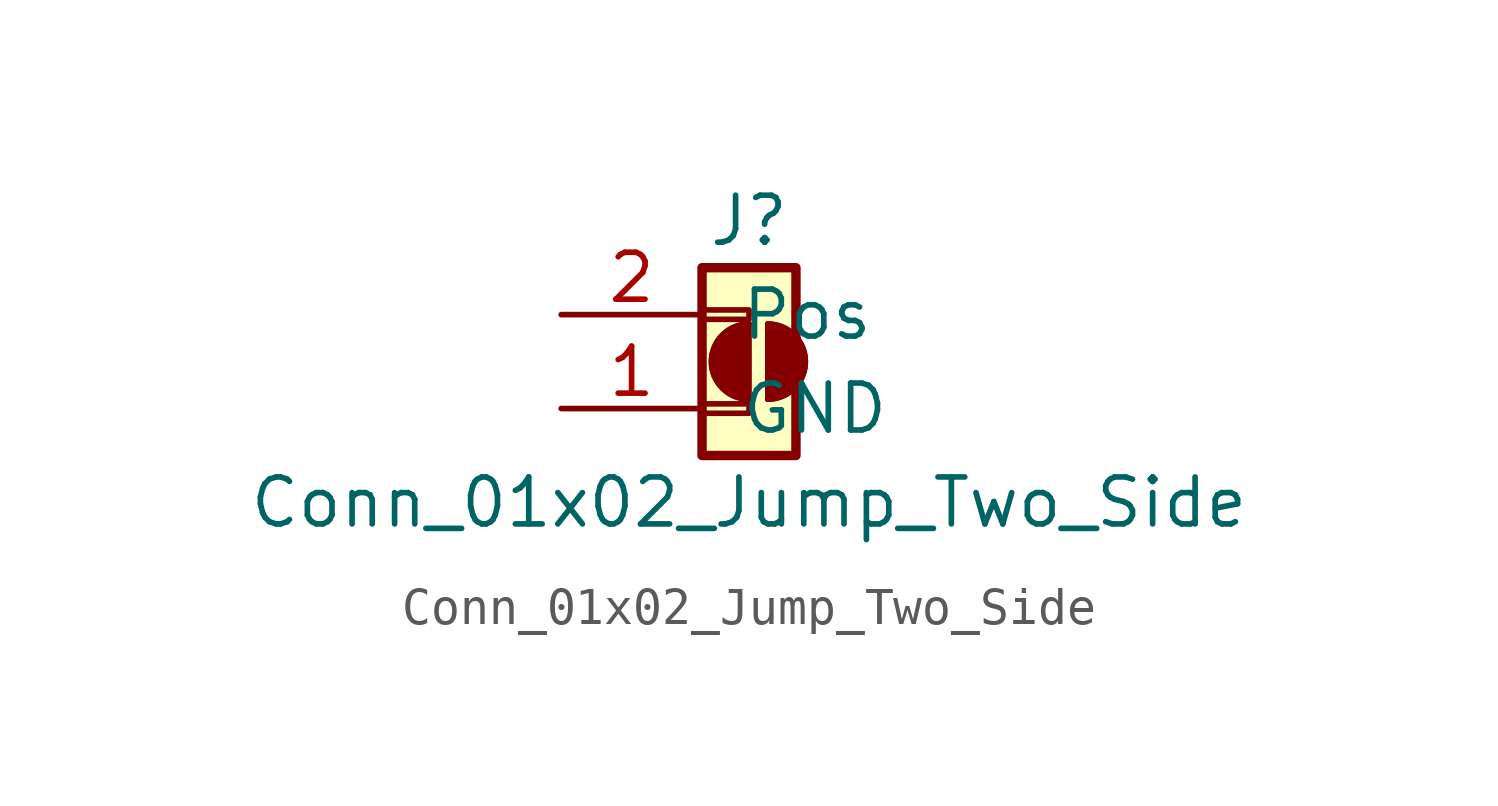
<source format=kicad_sym>
(kicad_symbol_lib
  (version 20231120)
  (generator "kicad_symbol_editor")
  (generator_version "8.0")
  (symbol "Conn_01x02_Jump_Two_Side"
    (pin_names
      (offset 1.016))
    (property "Reference" "J"
      (at 0 2.54 0)
      (effects (font (size 1.27 1.27))))
    (property "Value" "Conn_01x02_Jump_Two_Side"
      (at 0 -5.08 0)
      (effects (font (size 1.27 1.27))))
    (symbol "Conn_01x02_Jump_Two_Side_0_1"
      (arc (start 0 -0.254) (mid -1.0116 -1.27) (end 0 -2.286) (stroke (width 0) (type default)) (fill (type none)))
      (arc (start 0 -0.254) (mid -1.0116 -1.27) (end 0 -2.286) (stroke (width 0) (type default)) (fill (type outline)))
      (polyline (pts (xy 0 -0.254) (xy 0 -2.286)) (stroke (width 0) (type default)) (fill (type none)))
      (polyline (pts (xy 0.508 -0.254) (xy 0.508 -2.286)) (stroke (width 0) (type default)) (fill (type none)))
      (arc (start 0.508 -2.286) (mid 1.5195 -1.27) (end 0.508 -0.254) (stroke (width 0) (type default)) (fill (type none)))
      (arc (start 0.508 -2.286) (mid 1.5195 -1.27) (end 0.508 -0.254) (stroke (width 0) (type default)) (fill (type outline))))
    (symbol "Conn_01x02_Jump_Two_Side_1_0"
      (pin no_connect line (at 3.81 -2.54 180) (length 2.54) hide (name "~" (effects (font (size 1.27 1.27)))) (number "3" (effects (font (size 1.27 1.27)))))
      (pin no_connect line (at 3.81 0 180) (length 2.54) hide (name "~" (effects (font (size 1.27 1.27)))) (number "4" (effects (font (size 1.27 1.27))))))
    (symbol "Conn_01x02_Jump_Two_Side_1_1"
      (rectangle (start -1.27 -2.413) (end 0 -2.667) (stroke (width 0.152) (type default)) (fill (type none)))
      (rectangle (start -1.27 0.127) (end 0 -0.127) (stroke (width 0.152) (type default)) (fill (type none)))
      (rectangle (start -1.27 1.27) (end 1.27 -3.81) (stroke (width 0.254) (type default)) (fill (type background)))
      (pin power_in line (at -5.08 -2.54 0) (length 3.81) (name "GND" (effects (font (size 1.27 1.27)))) (number "1" (effects (font (size 1.27 1.27)))))
      (pin power_in line (at -5.08 0 0) (length 3.81) (name "Pos" (effects (font (size 1.27 1.27)))) (number "2" (effects (font (size 1.27 1.27))))))))
</source>
